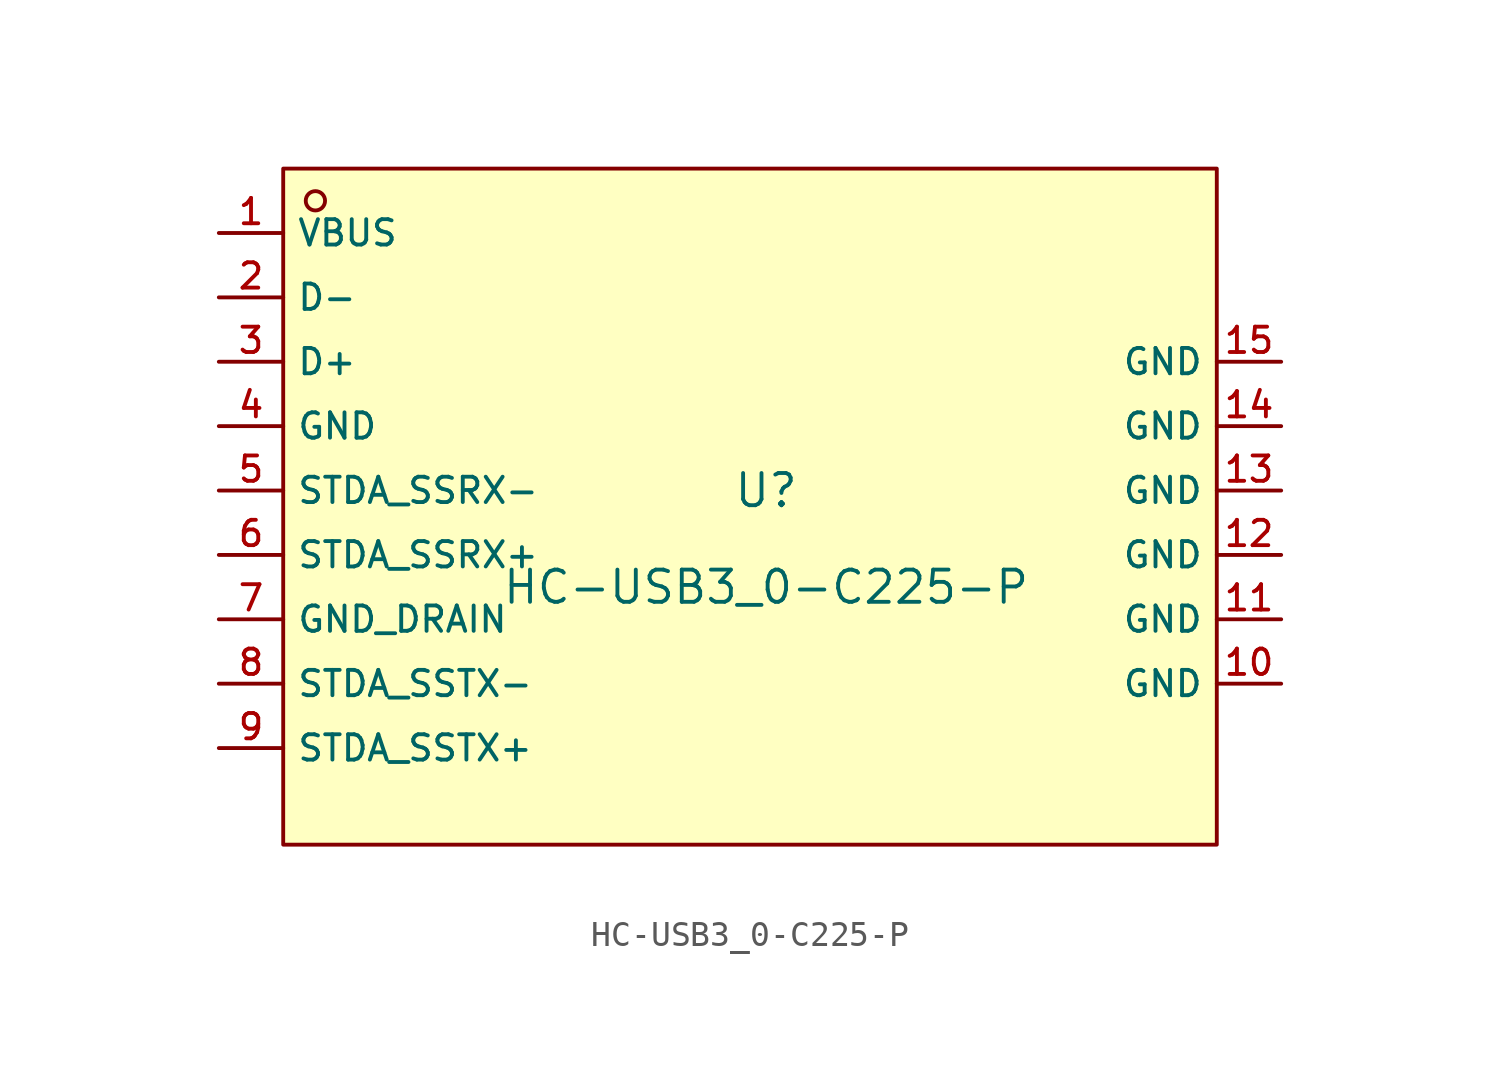
<source format=kicad_sym>
(kicad_symbol_lib
  (version 20210201)
  (generator TousstNicolas/JLC2KiCad_lib)
  (symbol "HC-USB3_0-C225-P"
    (property "Reference" "U"
      (at 0 1.27 0)
      (effects (font (size 1.27 1.27))))
    (property "Value" "HC-USB3_0-C225-P"
      (at 0 -2.54 0)
      (effects (font (size 1.27 1.27))))
    (symbol "HC-USB3_0-C225-P_0_1"
      (rectangle (start -19.05 13.97) (end 17.78 -12.7) (stroke (width 0) (type default) (color 0 0 0 0)) (fill (type background)))
      (circle (center -17.78 12.7) (radius 0.381) (stroke (width 0) (type default) (color 0 0 0 0)) (fill (type background)))
      (pin unspecified line (at -21.59 11.43 0) (length 2.54) (name "VBUS" (effects (font (size 1 1)))) (number "1" (effects (font (size 1 1)))))
      (pin unspecified line (at -21.59 8.89 0) (length 2.54) (name "D-" (effects (font (size 1 1)))) (number "2" (effects (font (size 1 1)))))
      (pin unspecified line (at -21.59 6.35 0) (length 2.54) (name "D+" (effects (font (size 1 1)))) (number "3" (effects (font (size 1 1)))))
      (pin unspecified line (at -21.59 3.81 0) (length 2.54) (name "GND" (effects (font (size 1 1)))) (number "4" (effects (font (size 1 1)))))
      (pin unspecified line (at -21.59 1.27 0) (length 2.54) (name "STDA_SSRX-" (effects (font (size 1 1)))) (number "5" (effects (font (size 1 1)))))
      (pin unspecified line (at -21.59 -1.27 0) (length 2.54) (name "STDA_SSRX+" (effects (font (size 1 1)))) (number "6" (effects (font (size 1 1)))))
      (pin unspecified line (at -21.59 -3.81 0) (length 2.54) (name "GND_DRAIN" (effects (font (size 1 1)))) (number "7" (effects (font (size 1 1)))))
      (pin unspecified line (at -21.59 -6.35 0) (length 2.54) (name "STDA_SSTX-" (effects (font (size 1 1)))) (number "8" (effects (font (size 1 1)))))
      (pin unspecified line (at -21.59 -8.89 0) (length 2.54) (name "STDA_SSTX+" (effects (font (size 1 1)))) (number "9" (effects (font (size 1 1)))))
      (pin unspecified line (at 20.32 -6.35 180) (length 2.54) (name "GND" (effects (font (size 1 1)))) (number "10" (effects (font (size 1 1)))))
      (pin unspecified line (at 20.32 -3.81 180) (length 2.54) (name "GND" (effects (font (size 1 1)))) (number "11" (effects (font (size 1 1)))))
      (pin unspecified line (at 20.32 -1.27 180) (length 2.54) (name "GND" (effects (font (size 1 1)))) (number "12" (effects (font (size 1 1)))))
      (pin unspecified line (at 20.32 1.27 180) (length 2.54) (name "GND" (effects (font (size 1 1)))) (number "13" (effects (font (size 1 1)))))
      (pin unspecified line (at 20.32 3.81 180) (length 2.54) (name "GND" (effects (font (size 1 1)))) (number "14" (effects (font (size 1 1)))))
      (pin unspecified line (at 20.32 6.35 180) (length 2.54) (name "GND" (effects (font (size 1 1)))) (number "15" (effects (font (size 1 1))))))))
</source>
